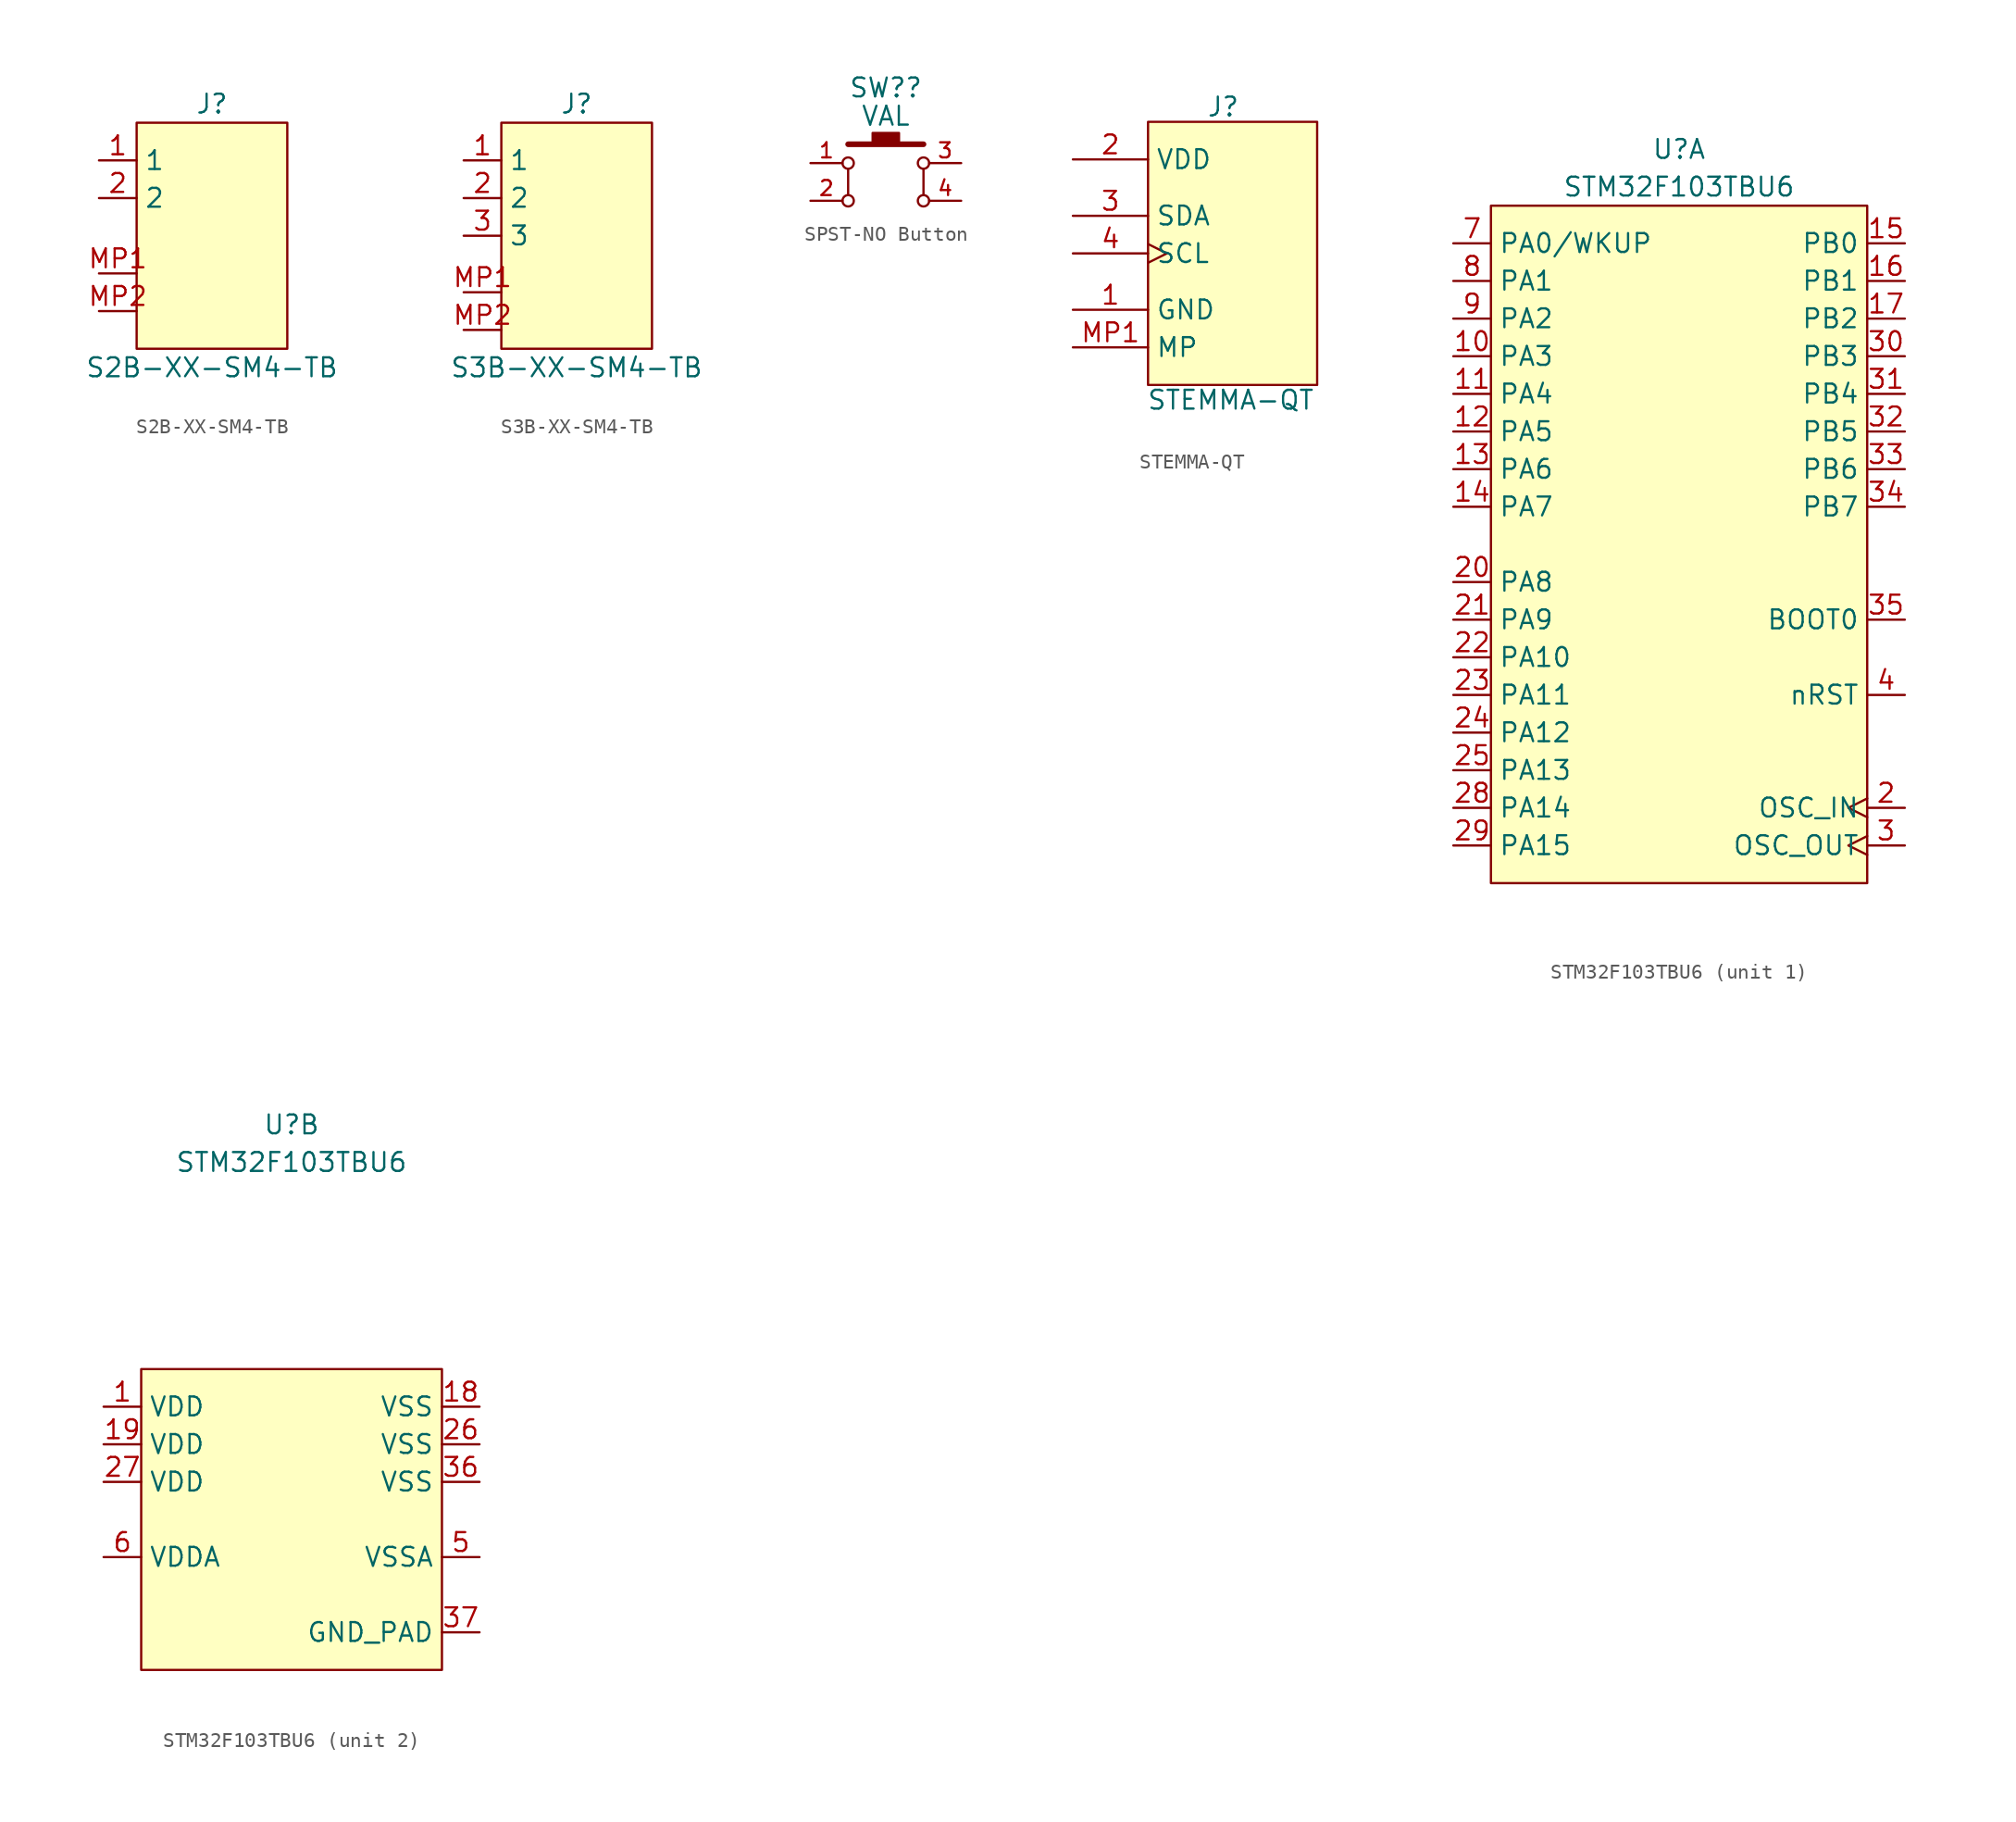
<source format=kicad_sym>
(kicad_symbol_lib
  (version 20241209)
  (generator "kicad_symbol_editor")
  (generator_version "9.0")
  (symbol "S2B-XX-SM4-TB"
    (property "Reference" "J"
      (at 0 8.89 0)
      (do_not_autoplace)
      (effects (font (size 1.27 1.27))))
    (property "Value" "S2B-XX-SM4-TB"
      (at 0 -8.89 0)
      (do_not_autoplace)
      (effects (font (size 1.27 1.27))))
    (symbol "S2B-XX-SM4-TB_1_0"
      (pin passive line (at -7.62 5.08 0) (length 2.54) (name "1" (effects (font (size 1.27 1.27)))) (number "1" (effects (font (size 1.27 1.27)))))
      (pin passive line (at -7.62 2.54 0) (length 2.54) (name "2" (effects (font (size 1.27 1.27)))) (number "2" (effects (font (size 1.27 1.27)))))
      (pin passive line (at -7.62 -2.54 0) (length 2.54) (name "" (effects (font (size 1.27 1.27)))) (number "MP1" (effects (font (size 1.27 1.27)))))
      (pin passive line (at -7.62 -5.08 0) (length 2.54) (name "" (effects (font (size 1.27 1.27)))) (number "MP2" (effects (font (size 1.27 1.27))))))
    (symbol "S2B-XX-SM4-TB_1_1"
      (rectangle (start -5.08 7.62) (end 5.08 -7.62) (stroke (width 0) (type default)) (fill (type background)))))
  (symbol "S3B-XX-SM4-TB"
    (property "Reference" "J"
      (at 0 8.89 0)
      (do_not_autoplace)
      (effects (font (size 1.27 1.27))))
    (property "Value" "S3B-XX-SM4-TB"
      (at 0 -8.89 0)
      (do_not_autoplace)
      (effects (font (size 1.27 1.27))))
    (symbol "S3B-XX-SM4-TB_1_0"
      (pin power_out line (at -7.62 5.08 0) (length 2.54) (name "1" (effects (font (size 1.27 1.27)))) (number "1" (effects (font (size 1.27 1.27)))))
      (pin power_out line (at -7.62 2.54 0) (length 2.54) (name "2" (effects (font (size 1.27 1.27)))) (number "2" (effects (font (size 1.27 1.27)))))
      (pin power_out line (at -7.62 0 0) (length 2.54) (name "3" (effects (font (size 1.27 1.27)))) (number "3" (effects (font (size 1.27 1.27)))))
      (pin passive line (at -7.62 -3.81 0) (length 2.54) (name "" (effects (font (size 1.27 1.27)))) (number "MP1" (effects (font (size 1.27 1.27)))))
      (pin passive line (at -7.62 -6.35 0) (length 2.54) (name "" (effects (font (size 1.27 1.27)))) (number "MP2" (effects (font (size 1.27 1.27))))))
    (symbol "S3B-XX-SM4-TB_1_1"
      (rectangle (start -5.08 7.62) (end 5.08 -7.62) (stroke (width 0) (type default)) (fill (type background)))))
  (symbol "SPST-NO Button"
    (pin_names
      (offset 1.016))
    (property "Reference" "SW?"
      (at 0 6.35 0)
      (do_not_autoplace)
      (effects (font (size 1.27 1.27))))
    (property "Value" "VAL"
      (at 0 4.445 0)
      (do_not_autoplace)
      (effects (font (size 1.27 1.27))))
    (symbol "SPST-NO Button_0_0"
      (polyline (pts (xy -2.54 0.889) (xy -2.54 -0.889)) (stroke (width 0) (type default)) (fill (type none)))
      (polyline (pts (xy 2.54 0.889) (xy 2.54 -0.889)) (stroke (width 0) (type default)) (fill (type none))))
    (symbol "SPST-NO Button_0_1"
      (circle (center -2.54 1.27) (radius 0.381) (stroke (width 0) (type default)) (fill (type none)))
      (circle (center -2.54 -1.27) (radius 0.381) (stroke (width 0) (type default)) (fill (type none)))
      (circle (center 2.54 1.27) (radius 0.381) (stroke (width 0) (type default)) (fill (type none)))
      (circle (center 2.54 -1.27) (radius 0.381) (stroke (width 0) (type default)) (fill (type none))))
    (symbol "SPST-NO Button_1_0"
      (polyline (pts (xy -2.54 2.54) (xy 2.54 2.54)) (stroke (width 0.381) (type default)) (fill (type none)))
      (rectangle (start -0.889 3.302) (end 0.889 2.54) (stroke (width 0) (type default)) (fill (type outline)))
      (pin passive line (at -5.08 1.27 0) (length 2.159) (name "" (effects (font (size 1.016 1.016)))) (number "1" (effects (font (size 1.016 1.016)))))
      (pin passive line (at -5.08 -1.27 0) (length 2.159) (name "" (effects (font (size 1.016 1.016)))) (number "2" (effects (font (size 1.016 1.016)))))
      (pin passive line (at 5.08 1.27 180) (length 2.159) (name "" (effects (font (size 1.016 1.016)))) (number "3" (effects (font (size 1.016 1.016)))))
      (pin passive line (at 5.08 -1.27 180) (length 2.159) (name "" (effects (font (size 1.016 1.016)))) (number "4" (effects (font (size 1.016 1.016)))))))
  (symbol "STEMMA-QT"
    (property "Reference" "J"
      (at 2.54 9.906 0)
      (do_not_autoplace)
      (effects (font (size 1.27 1.27))))
    (property "Value" "STEMMA-QT"
      (at 3.048 -9.906 0)
      (do_not_autoplace)
      (effects (font (size 1.27 1.27))))
    (symbol "STEMMA-QT_1_0"
      (pin power_in line (at -7.62 6.35 0) (length 5.08) (name "VDD" (effects (font (size 1.27 1.27)))) (number "2" (effects (font (size 1.27 1.27)))))
      (pin bidirectional line (at -7.62 2.54 0) (length 5.08) (name "SDA" (effects (font (size 1.27 1.27)))) (number "3" (effects (font (size 1.27 1.27)))))
      (pin bidirectional clock (at -7.62 0 0) (length 5.08) (name "SCL" (effects (font (size 1.27 1.27)))) (number "4" (effects (font (size 1.27 1.27)))))
      (pin power_in line (at -7.62 -3.81 0) (length 5.08) (name "GND" (effects (font (size 1.27 1.27)))) (number "1" (effects (font (size 1.27 1.27)))))
      (pin passive line (at -7.62 -6.35 0) (length 5.08) (name "MP" (effects (font (size 1.27 1.27)))) (number "MP1" (effects (font (size 1.27 1.27)))))
      (pin passive line (at -7.62 -6.35 0) (length 5.08) (hide yes) (name "MP" (effects (font (size 1.27 1.27)))) (number "MP2" (effects (font (size 1.27 1.27))))))
    (symbol "STEMMA-QT_1_1"
      (rectangle (start -2.54 8.89) (end 8.89 -8.89) (stroke (width 0) (type default)) (fill (type background)))))
  (symbol "STM32F103TBU6"
    (property "Reference" "U"
      (at 0 26.67 0)
      (do_not_autoplace)
      (effects (font (size 1.27 1.27))))
    (property "Value" "STM32F103TBU6"
      (at 0 24.13 0)
      (do_not_autoplace)
      (effects (font (size 1.27 1.27))))
    (property "ki_locked" ""
      (at 0 0 0)
      (effects (font (size 1.27 1.27))))
    (symbol "STM32F103TBU6_1_0"
      (pin bidirectional line (at -15.24 20.32 0) (length 2.54) (name "PA0/WKUP" (effects (font (size 1.27 1.27)))) (number "7" (effects (font (size 1.27 1.27)))))
      (pin bidirectional line (at -15.24 17.78 0) (length 2.54) (name "PA1" (effects (font (size 1.27 1.27)))) (number "8" (effects (font (size 1.27 1.27)))))
      (pin bidirectional line (at -15.24 15.24 0) (length 2.54) (name "PA2" (effects (font (size 1.27 1.27)))) (number "9" (effects (font (size 1.27 1.27)))))
      (pin bidirectional line (at -15.24 12.7 0) (length 2.54) (name "PA3" (effects (font (size 1.27 1.27)))) (number "10" (effects (font (size 1.27 1.27)))))
      (pin bidirectional line (at -15.24 10.16 0) (length 2.54) (name "PA4" (effects (font (size 1.27 1.27)))) (number "11" (effects (font (size 1.27 1.27)))))
      (pin bidirectional line (at -15.24 7.62 0) (length 2.54) (name "PA5" (effects (font (size 1.27 1.27)))) (number "12" (effects (font (size 1.27 1.27)))))
      (pin bidirectional line (at -15.24 5.08 0) (length 2.54) (name "PA6" (effects (font (size 1.27 1.27)))) (number "13" (effects (font (size 1.27 1.27)))))
      (pin bidirectional line (at -15.24 2.54 0) (length 2.54) (name "PA7" (effects (font (size 1.27 1.27)))) (number "14" (effects (font (size 1.27 1.27)))))
      (pin bidirectional line (at -15.24 -2.54 0) (length 2.54) (name "PA8" (effects (font (size 1.27 1.27)))) (number "20" (effects (font (size 1.27 1.27)))))
      (pin bidirectional line (at -15.24 -5.08 0) (length 2.54) (name "PA9" (effects (font (size 1.27 1.27)))) (number "21" (effects (font (size 1.27 1.27)))))
      (pin bidirectional line (at -15.24 -7.62 0) (length 2.54) (name "PA10" (effects (font (size 1.27 1.27)))) (number "22" (effects (font (size 1.27 1.27)))))
      (pin bidirectional line (at -15.24 -10.16 0) (length 2.54) (name "PA11" (effects (font (size 1.27 1.27)))) (number "23" (effects (font (size 1.27 1.27)))))
      (pin bidirectional line (at -15.24 -12.7 0) (length 2.54) (name "PA12" (effects (font (size 1.27 1.27)))) (number "24" (effects (font (size 1.27 1.27)))))
      (pin bidirectional line (at -15.24 -15.24 0) (length 2.54) (name "PA13" (effects (font (size 1.27 1.27)))) (number "25" (effects (font (size 1.27 1.27)))))
      (pin bidirectional line (at -15.24 -17.78 0) (length 2.54) (name "PA14" (effects (font (size 1.27 1.27)))) (number "28" (effects (font (size 1.27 1.27)))))
      (pin bidirectional line (at -15.24 -20.32 0) (length 2.54) (name "PA15" (effects (font (size 1.27 1.27)))) (number "29" (effects (font (size 1.27 1.27)))))
      (pin bidirectional line (at 15.24 20.32 180) (length 2.54) (name "PB0" (effects (font (size 1.27 1.27)))) (number "15" (effects (font (size 1.27 1.27)))))
      (pin bidirectional line (at 15.24 17.78 180) (length 2.54) (name "PB1" (effects (font (size 1.27 1.27)))) (number "16" (effects (font (size 1.27 1.27)))))
      (pin bidirectional line (at 15.24 15.24 180) (length 2.54) (name "PB2" (effects (font (size 1.27 1.27)))) (number "17" (effects (font (size 1.27 1.27)))))
      (pin bidirectional line (at 15.24 12.7 180) (length 2.54) (name "PB3" (effects (font (size 1.27 1.27)))) (number "30" (effects (font (size 1.27 1.27)))))
      (pin bidirectional line (at 15.24 10.16 180) (length 2.54) (name "PB4" (effects (font (size 1.27 1.27)))) (number "31" (effects (font (size 1.27 1.27)))))
      (pin bidirectional line (at 15.24 7.62 180) (length 2.54) (name "PB5" (effects (font (size 1.27 1.27)))) (number "32" (effects (font (size 1.27 1.27)))))
      (pin bidirectional line (at 15.24 5.08 180) (length 2.54) (name "PB6" (effects (font (size 1.27 1.27)))) (number "33" (effects (font (size 1.27 1.27)))))
      (pin bidirectional line (at 15.24 2.54 180) (length 2.54) (name "PB7" (effects (font (size 1.27 1.27)))) (number "34" (effects (font (size 1.27 1.27)))))
      (pin input line (at 15.24 -5.08 180) (length 2.54) (name "BOOT0" (effects (font (size 1.27 1.27)))) (number "35" (effects (font (size 1.27 1.27)))))
      (pin input line (at 15.24 -10.16 180) (length 2.54) (name "nRST" (effects (font (size 1.27 1.27)))) (number "4" (effects (font (size 1.27 1.27)))))
      (pin input clock (at 15.24 -17.78 180) (length 2.54) (name "OSC_IN" (effects (font (size 1.27 1.27)))) (number "2" (effects (font (size 1.27 1.27)))))
      (pin output clock (at 15.24 -20.32 180) (length 2.54) (name "OSC_OUT" (effects (font (size 1.27 1.27)))) (number "3" (effects (font (size 1.27 1.27))))))
    (symbol "STM32F103TBU6_1_1"
      (rectangle (start -12.7 22.86) (end 12.7 -22.86) (stroke (width 0) (type solid)) (fill (type background))))
    (symbol "STM32F103TBU6_2_0"
      (pin power_in line (at -12.7 7.62 0) (length 2.54) (name "VDD" (effects (font (size 1.27 1.27)))) (number "1" (effects (font (size 1.27 1.27)))))
      (pin power_in line (at -12.7 5.08 0) (length 2.54) (name "VDD" (effects (font (size 1.27 1.27)))) (number "19" (effects (font (size 1.27 1.27)))))
      (pin power_in line (at -12.7 2.54 0) (length 2.54) (name "VDD" (effects (font (size 1.27 1.27)))) (number "27" (effects (font (size 1.27 1.27)))))
      (pin power_in line (at -12.7 -2.54 0) (length 2.54) (name "VDDA" (effects (font (size 1.27 1.27)))) (number "6" (effects (font (size 1.27 1.27)))))
      (pin power_in line (at 12.7 7.62 180) (length 2.54) (name "VSS" (effects (font (size 1.27 1.27)))) (number "18" (effects (font (size 1.27 1.27)))))
      (pin power_in line (at 12.7 5.08 180) (length 2.54) (name "VSS" (effects (font (size 1.27 1.27)))) (number "26" (effects (font (size 1.27 1.27)))))
      (pin power_in line (at 12.7 2.54 180) (length 2.54) (name "VSS" (effects (font (size 1.27 1.27)))) (number "36" (effects (font (size 1.27 1.27)))))
      (pin power_in line (at 12.7 -2.54 180) (length 2.54) (name "VSSA" (effects (font (size 1.27 1.27)))) (number "5" (effects (font (size 1.27 1.27)))))
      (pin power_in line (at 12.7 -7.62 180) (length 2.54) (name "GND_PAD" (effects (font (size 1.27 1.27)))) (number "37" (effects (font (size 1.27 1.27))))))
    (symbol "STM32F103TBU6_2_1"
      (rectangle (start -10.16 10.16) (end 10.16 -10.16) (stroke (width 0) (type solid)) (fill (type background))))))
</source>
